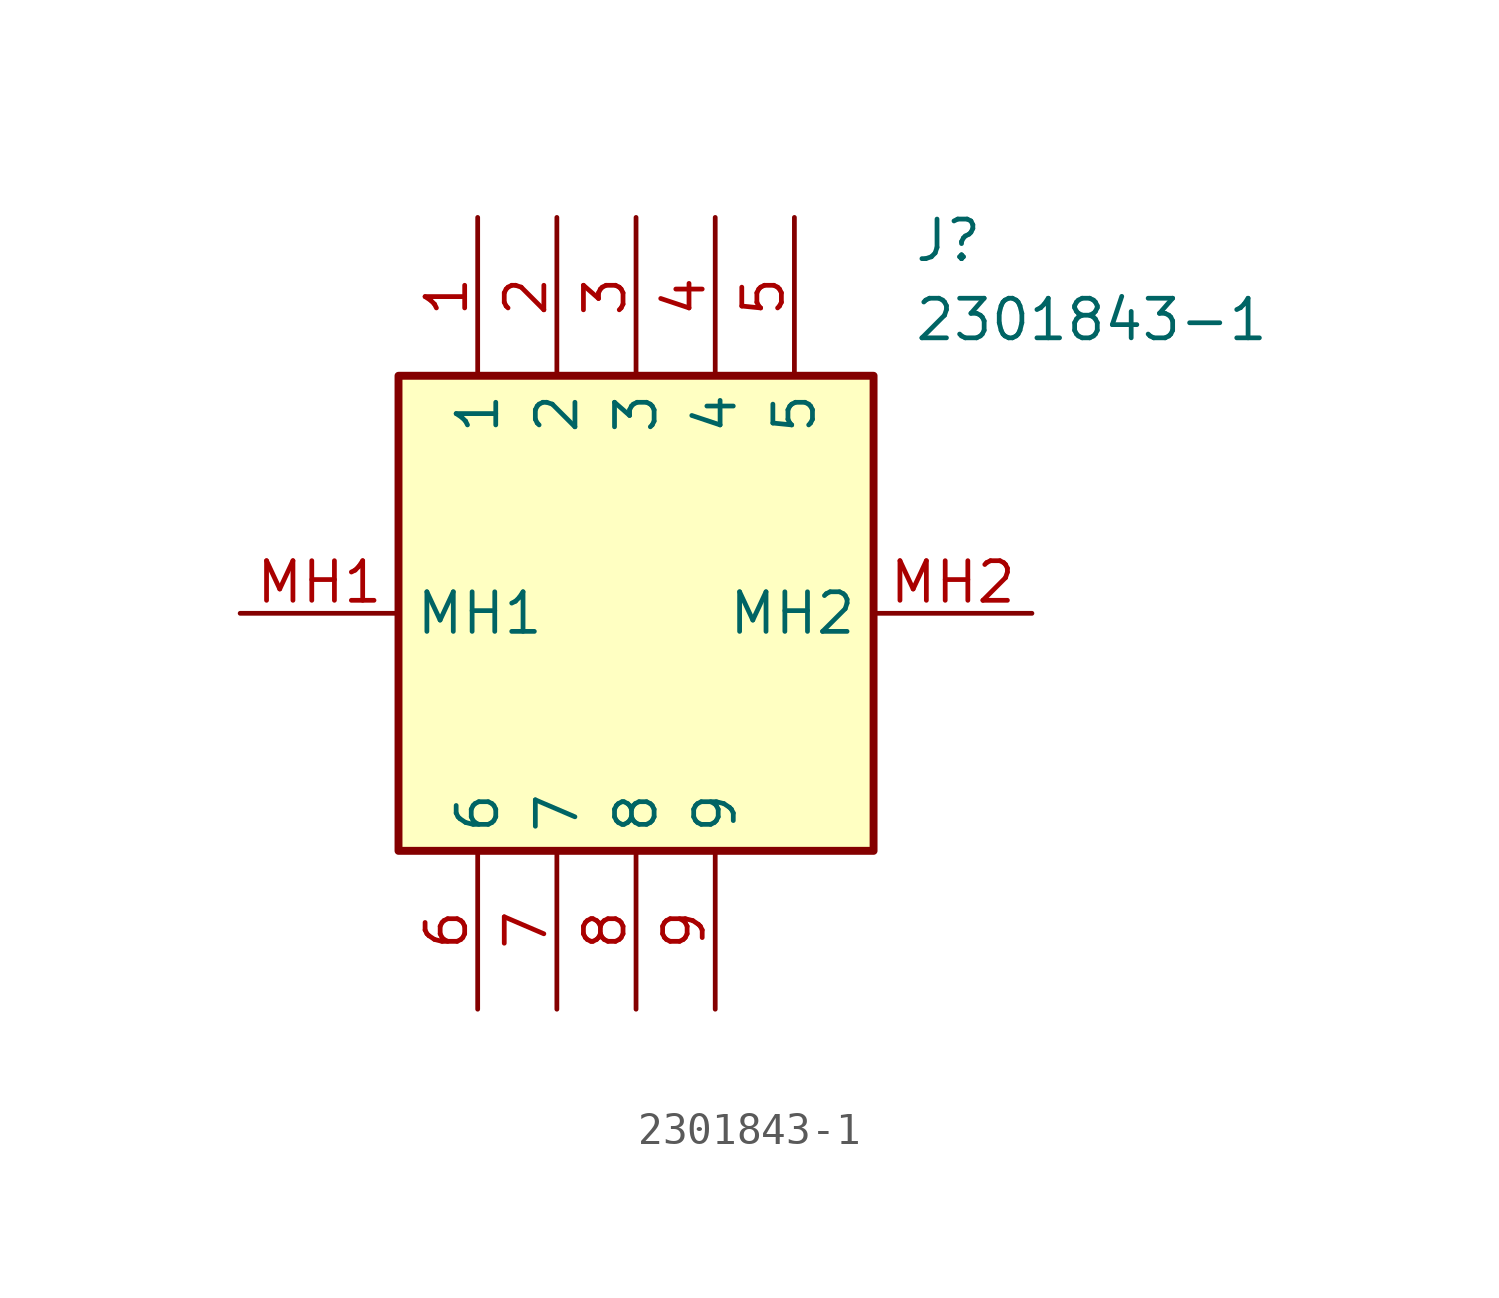
<source format=kicad_sym>
(kicad_symbol_lib
  (version 20211014)
  (generator SamacSys_ECAD_Model)
  (symbol "2301843-1"
    (property "Reference" "J"
      (at 21.59 12.7 0)
      (effects (font (size 1.27 1.27)) (justify left top)))
    (property "Value" "2301843-1"
      (at 21.59 10.16 0)
      (effects (font (size 1.27 1.27)) (justify left top)))
    (rectangle
      (start 5.08 7.62)
      (end 20.32 -7.62)
      (stroke (width 0.254) (type default))
      (fill (type background)))
    (pin passive line
      (at 7.62 12.7 270)
      (length 5.08)
      (name "1" (effects (font (size 1.27 1.27))))
      (number "1" (effects (font (size 1.27 1.27)))))
    (pin passive line
      (at 10.16 12.7 270)
      (length 5.08)
      (name "2" (effects (font (size 1.27 1.27))))
      (number "2" (effects (font (size 1.27 1.27)))))
    (pin passive line
      (at 12.7 12.7 270)
      (length 5.08)
      (name "3" (effects (font (size 1.27 1.27))))
      (number "3" (effects (font (size 1.27 1.27)))))
    (pin passive line
      (at 15.24 12.7 270)
      (length 5.08)
      (name "4" (effects (font (size 1.27 1.27))))
      (number "4" (effects (font (size 1.27 1.27)))))
    (pin passive line
      (at 17.78 12.7 270)
      (length 5.08)
      (name "5" (effects (font (size 1.27 1.27))))
      (number "5" (effects (font (size 1.27 1.27)))))
    (pin passive line
      (at 7.62 -12.7 90)
      (length 5.08)
      (name "6" (effects (font (size 1.27 1.27))))
      (number "6" (effects (font (size 1.27 1.27)))))
    (pin passive line
      (at 10.16 -12.7 90)
      (length 5.08)
      (name "7" (effects (font (size 1.27 1.27))))
      (number "7" (effects (font (size 1.27 1.27)))))
    (pin passive line
      (at 12.7 -12.7 90)
      (length 5.08)
      (name "8" (effects (font (size 1.27 1.27))))
      (number "8" (effects (font (size 1.27 1.27)))))
    (pin passive line
      (at 15.24 -12.7 90)
      (length 5.08)
      (name "9" (effects (font (size 1.27 1.27))))
      (number "9" (effects (font (size 1.27 1.27)))))
    (pin passive line
      (at 0 0 0)
      (length 5.08)
      (name "MH1" (effects (font (size 1.27 1.27))))
      (number "MH1" (effects (font (size 1.27 1.27)))))
    (pin passive line
      (at 25.4 0 180)
      (length 5.08)
      (name "MH2" (effects (font (size 1.27 1.27))))
      (number "MH2" (effects (font (size 1.27 1.27)))))))
</source>
